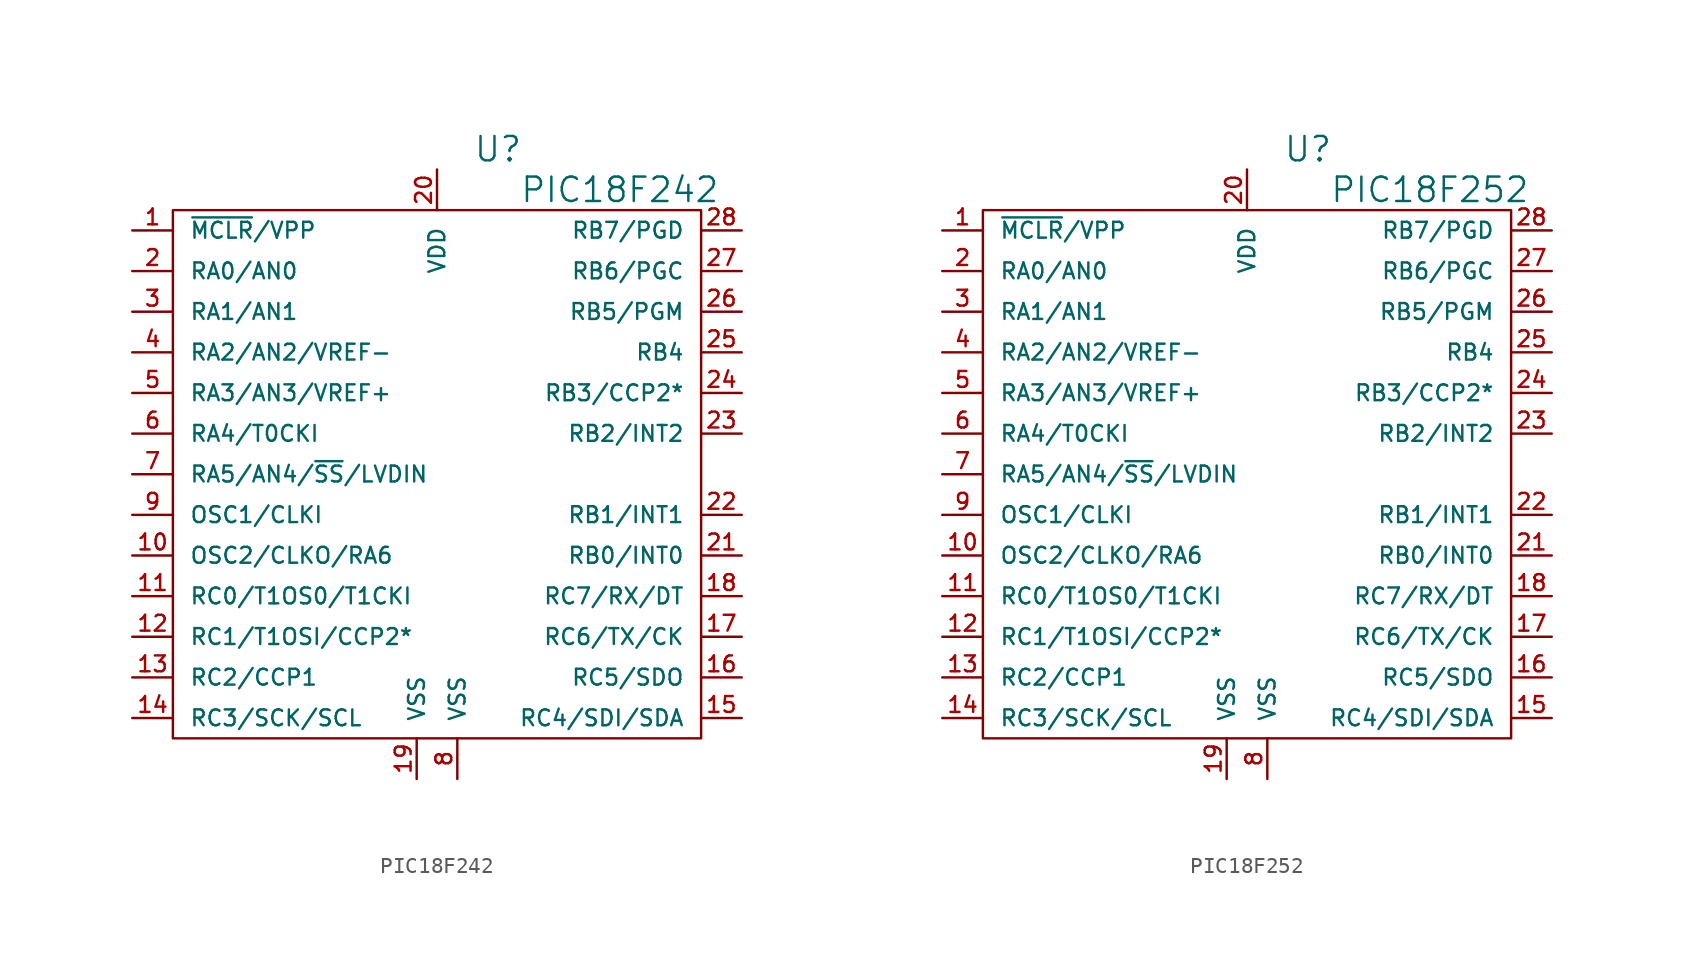
<source format=kicad_sym>
(kicad_symbol_lib
  (version 20220914)
  (generator kicad_symbol_editor)
  (symbol "PIC18F242"
    (pin_names
      (offset 1.016))
    (property "Reference" "U"
      (at 3.81 21.59 0)
      (effects (font (size 1.524 1.524))))
    (property "Value" "PIC18F242"
      (at 11.43 19.05 0)
      (effects (font (size 1.524 1.524))))
    (property "Footprint" ""
      (at 0 0 0)
      (effects (font (size 1.524 1.524))))
    (property "Datasheet" ""
      (at 0 0 0)
      (effects (font (size 1.524 1.524))))
    (symbol "PIC18F242_0_1"
      (rectangle (start -16.51 17.78) (end 16.51 -15.24) (stroke (width 0) (type solid)) (fill (type none))))
    (symbol "PIC18F242_1_1"
      (pin passive line (at -19.05 16.51 0) (length 2.54) (name "~{MCLR}/VPP" (effects (font (size 0.991 0.991)))) (number "1" (effects (font (size 0.991 0.991)))))
      (pin passive line (at -19.05 -3.81 0) (length 2.54) (name "OSC2/CLKO/RA6" (effects (font (size 0.991 0.991)))) (number "10" (effects (font (size 0.991 0.991)))))
      (pin passive line (at -19.05 -6.35 0) (length 2.54) (name "RC0/T1OS0/T1CKI" (effects (font (size 0.991 0.991)))) (number "11" (effects (font (size 0.991 0.991)))))
      (pin passive line (at -19.05 -8.89 0) (length 2.54) (name "RC1/T1OSI/CCP2*" (effects (font (size 0.991 0.991)))) (number "12" (effects (font (size 0.991 0.991)))))
      (pin passive line (at -19.05 -11.43 0) (length 2.54) (name "RC2/CCP1" (effects (font (size 0.991 0.991)))) (number "13" (effects (font (size 0.991 0.991)))))
      (pin passive line (at -19.05 -13.97 0) (length 2.54) (name "RC3/SCK/SCL" (effects (font (size 0.991 0.991)))) (number "14" (effects (font (size 0.991 0.991)))))
      (pin passive line (at 19.05 -13.97 180) (length 2.54) (name "RC4/SDI/SDA" (effects (font (size 0.991 0.991)))) (number "15" (effects (font (size 0.991 0.991)))))
      (pin passive line (at 19.05 -11.43 180) (length 2.54) (name "RC5/SDO" (effects (font (size 0.991 0.991)))) (number "16" (effects (font (size 0.991 0.991)))))
      (pin passive line (at 19.05 -8.89 180) (length 2.54) (name "RC6/TX/CK" (effects (font (size 0.991 0.991)))) (number "17" (effects (font (size 0.991 0.991)))))
      (pin passive line (at 19.05 -6.35 180) (length 2.54) (name "RC7/RX/DT" (effects (font (size 0.991 0.991)))) (number "18" (effects (font (size 0.991 0.991)))))
      (pin passive line (at -1.27 -17.78 90) (length 2.54) (name "VSS" (effects (font (size 0.991 0.991)))) (number "19" (effects (font (size 0.991 0.991)))))
      (pin passive line (at -19.05 13.97 0) (length 2.54) (name "RA0/AN0" (effects (font (size 0.991 0.991)))) (number "2" (effects (font (size 0.991 0.991)))))
      (pin passive line (at 0 20.32 270) (length 2.54) (name "VDD" (effects (font (size 0.991 0.991)))) (number "20" (effects (font (size 0.991 0.991)))))
      (pin passive line (at 19.05 -3.81 180) (length 2.54) (name "RB0/INT0" (effects (font (size 0.991 0.991)))) (number "21" (effects (font (size 0.991 0.991)))))
      (pin passive line (at 19.05 -1.27 180) (length 2.54) (name "RB1/INT1" (effects (font (size 0.991 0.991)))) (number "22" (effects (font (size 0.991 0.991)))))
      (pin passive line (at 19.05 3.81 180) (length 2.54) (name "RB2/INT2" (effects (font (size 0.991 0.991)))) (number "23" (effects (font (size 0.991 0.991)))))
      (pin passive line (at 19.05 6.35 180) (length 2.54) (name "RB3/CCP2*" (effects (font (size 0.991 0.991)))) (number "24" (effects (font (size 0.991 0.991)))))
      (pin passive line (at 19.05 8.89 180) (length 2.54) (name "RB4" (effects (font (size 0.991 0.991)))) (number "25" (effects (font (size 0.991 0.991)))))
      (pin passive line (at 19.05 11.43 180) (length 2.54) (name "RB5/PGM" (effects (font (size 0.991 0.991)))) (number "26" (effects (font (size 0.991 0.991)))))
      (pin passive line (at 19.05 13.97 180) (length 2.54) (name "RB6/PGC" (effects (font (size 0.991 0.991)))) (number "27" (effects (font (size 0.991 0.991)))))
      (pin passive line (at 19.05 16.51 180) (length 2.54) (name "RB7/PGD" (effects (font (size 0.991 0.991)))) (number "28" (effects (font (size 0.991 0.991)))))
      (pin passive line (at -19.05 11.43 0) (length 2.54) (name "RA1/AN1" (effects (font (size 0.991 0.991)))) (number "3" (effects (font (size 0.991 0.991)))))
      (pin passive line (at -19.05 8.89 0) (length 2.54) (name "RA2/AN2/VREF-" (effects (font (size 0.991 0.991)))) (number "4" (effects (font (size 0.991 0.991)))))
      (pin passive line (at -19.05 6.35 0) (length 2.54) (name "RA3/AN3/VREF+" (effects (font (size 0.991 0.991)))) (number "5" (effects (font (size 0.991 0.991)))))
      (pin passive line (at -19.05 3.81 0) (length 2.54) (name "RA4/T0CKI" (effects (font (size 0.991 0.991)))) (number "6" (effects (font (size 0.991 0.991)))))
      (pin passive line (at -19.05 1.27 0) (length 2.54) (name "RA5/AN4/~{SS}/LVDIN" (effects (font (size 0.991 0.991)))) (number "7" (effects (font (size 0.991 0.991)))))
      (pin passive line (at 1.27 -17.78 90) (length 2.54) (name "VSS" (effects (font (size 0.991 0.991)))) (number "8" (effects (font (size 0.991 0.991)))))
      (pin passive line (at -19.05 -1.27 0) (length 2.54) (name "OSC1/CLKI" (effects (font (size 0.991 0.991)))) (number "9" (effects (font (size 0.991 0.991)))))))
  (symbol "PIC18F252"
    (pin_names
      (offset 1.016))
    (property "Reference" "U"
      (at 3.81 21.59 0)
      (effects (font (size 1.524 1.524))))
    (property "Value" "PIC18F252"
      (at 11.43 19.05 0)
      (effects (font (size 1.524 1.524))))
    (property "Footprint" ""
      (at 0 0 0)
      (effects (font (size 1.524 1.524))))
    (property "Datasheet" ""
      (at 0 0 0)
      (effects (font (size 1.524 1.524))))
    (symbol "PIC18F252_0_1"
      (rectangle (start -16.51 17.78) (end 16.51 -15.24) (stroke (width 0) (type solid)) (fill (type none))))
    (symbol "PIC18F252_1_1"
      (pin passive line (at -19.05 16.51 0) (length 2.54) (name "~{MCLR}/VPP" (effects (font (size 0.991 0.991)))) (number "1" (effects (font (size 0.991 0.991)))))
      (pin passive line (at -19.05 -3.81 0) (length 2.54) (name "OSC2/CLKO/RA6" (effects (font (size 0.991 0.991)))) (number "10" (effects (font (size 0.991 0.991)))))
      (pin passive line (at -19.05 -6.35 0) (length 2.54) (name "RC0/T1OS0/T1CKI" (effects (font (size 0.991 0.991)))) (number "11" (effects (font (size 0.991 0.991)))))
      (pin passive line (at -19.05 -8.89 0) (length 2.54) (name "RC1/T1OSI/CCP2*" (effects (font (size 0.991 0.991)))) (number "12" (effects (font (size 0.991 0.991)))))
      (pin passive line (at -19.05 -11.43 0) (length 2.54) (name "RC2/CCP1" (effects (font (size 0.991 0.991)))) (number "13" (effects (font (size 0.991 0.991)))))
      (pin passive line (at -19.05 -13.97 0) (length 2.54) (name "RC3/SCK/SCL" (effects (font (size 0.991 0.991)))) (number "14" (effects (font (size 0.991 0.991)))))
      (pin passive line (at 19.05 -13.97 180) (length 2.54) (name "RC4/SDI/SDA" (effects (font (size 0.991 0.991)))) (number "15" (effects (font (size 0.991 0.991)))))
      (pin passive line (at 19.05 -11.43 180) (length 2.54) (name "RC5/SDO" (effects (font (size 0.991 0.991)))) (number "16" (effects (font (size 0.991 0.991)))))
      (pin passive line (at 19.05 -8.89 180) (length 2.54) (name "RC6/TX/CK" (effects (font (size 0.991 0.991)))) (number "17" (effects (font (size 0.991 0.991)))))
      (pin passive line (at 19.05 -6.35 180) (length 2.54) (name "RC7/RX/DT" (effects (font (size 0.991 0.991)))) (number "18" (effects (font (size 0.991 0.991)))))
      (pin passive line (at -1.27 -17.78 90) (length 2.54) (name "VSS" (effects (font (size 0.991 0.991)))) (number "19" (effects (font (size 0.991 0.991)))))
      (pin passive line (at -19.05 13.97 0) (length 2.54) (name "RA0/AN0" (effects (font (size 0.991 0.991)))) (number "2" (effects (font (size 0.991 0.991)))))
      (pin passive line (at 0 20.32 270) (length 2.54) (name "VDD" (effects (font (size 0.991 0.991)))) (number "20" (effects (font (size 0.991 0.991)))))
      (pin passive line (at 19.05 -3.81 180) (length 2.54) (name "RB0/INT0" (effects (font (size 0.991 0.991)))) (number "21" (effects (font (size 0.991 0.991)))))
      (pin passive line (at 19.05 -1.27 180) (length 2.54) (name "RB1/INT1" (effects (font (size 0.991 0.991)))) (number "22" (effects (font (size 0.991 0.991)))))
      (pin passive line (at 19.05 3.81 180) (length 2.54) (name "RB2/INT2" (effects (font (size 0.991 0.991)))) (number "23" (effects (font (size 0.991 0.991)))))
      (pin passive line (at 19.05 6.35 180) (length 2.54) (name "RB3/CCP2*" (effects (font (size 0.991 0.991)))) (number "24" (effects (font (size 0.991 0.991)))))
      (pin passive line (at 19.05 8.89 180) (length 2.54) (name "RB4" (effects (font (size 0.991 0.991)))) (number "25" (effects (font (size 0.991 0.991)))))
      (pin passive line (at 19.05 11.43 180) (length 2.54) (name "RB5/PGM" (effects (font (size 0.991 0.991)))) (number "26" (effects (font (size 0.991 0.991)))))
      (pin passive line (at 19.05 13.97 180) (length 2.54) (name "RB6/PGC" (effects (font (size 0.991 0.991)))) (number "27" (effects (font (size 0.991 0.991)))))
      (pin passive line (at 19.05 16.51 180) (length 2.54) (name "RB7/PGD" (effects (font (size 0.991 0.991)))) (number "28" (effects (font (size 0.991 0.991)))))
      (pin passive line (at -19.05 11.43 0) (length 2.54) (name "RA1/AN1" (effects (font (size 0.991 0.991)))) (number "3" (effects (font (size 0.991 0.991)))))
      (pin passive line (at -19.05 8.89 0) (length 2.54) (name "RA2/AN2/VREF-" (effects (font (size 0.991 0.991)))) (number "4" (effects (font (size 0.991 0.991)))))
      (pin passive line (at -19.05 6.35 0) (length 2.54) (name "RA3/AN3/VREF+" (effects (font (size 0.991 0.991)))) (number "5" (effects (font (size 0.991 0.991)))))
      (pin passive line (at -19.05 3.81 0) (length 2.54) (name "RA4/T0CKI" (effects (font (size 0.991 0.991)))) (number "6" (effects (font (size 0.991 0.991)))))
      (pin passive line (at -19.05 1.27 0) (length 2.54) (name "RA5/AN4/~{SS}/LVDIN" (effects (font (size 0.991 0.991)))) (number "7" (effects (font (size 0.991 0.991)))))
      (pin passive line (at 1.27 -17.78 90) (length 2.54) (name "VSS" (effects (font (size 0.991 0.991)))) (number "8" (effects (font (size 0.991 0.991)))))
      (pin passive line (at -19.05 -1.27 0) (length 2.54) (name "OSC1/CLKI" (effects (font (size 0.991 0.991)))) (number "9" (effects (font (size 0.991 0.991))))))))
</source>
